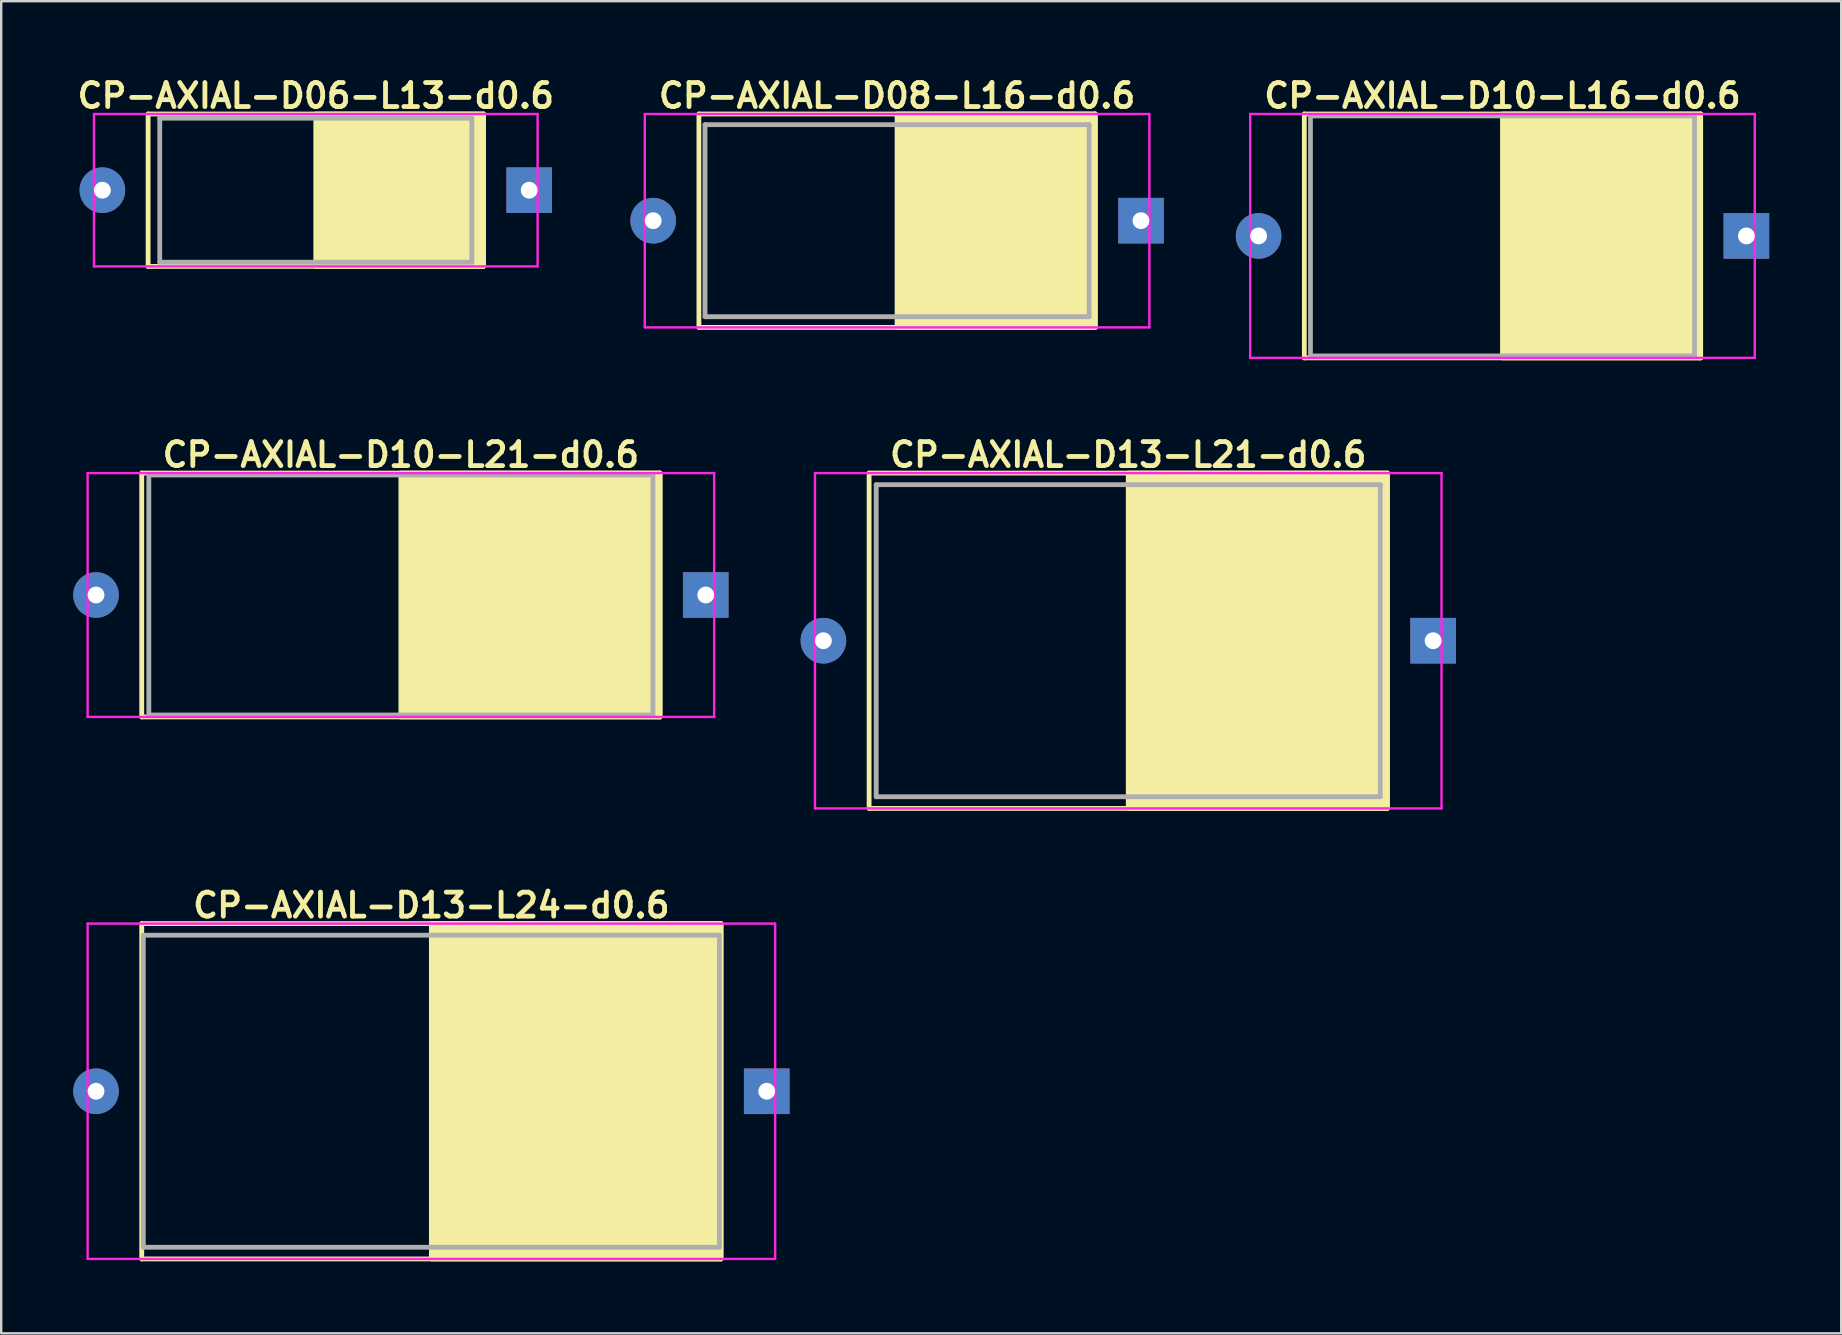
<source format=kicad_pcb>
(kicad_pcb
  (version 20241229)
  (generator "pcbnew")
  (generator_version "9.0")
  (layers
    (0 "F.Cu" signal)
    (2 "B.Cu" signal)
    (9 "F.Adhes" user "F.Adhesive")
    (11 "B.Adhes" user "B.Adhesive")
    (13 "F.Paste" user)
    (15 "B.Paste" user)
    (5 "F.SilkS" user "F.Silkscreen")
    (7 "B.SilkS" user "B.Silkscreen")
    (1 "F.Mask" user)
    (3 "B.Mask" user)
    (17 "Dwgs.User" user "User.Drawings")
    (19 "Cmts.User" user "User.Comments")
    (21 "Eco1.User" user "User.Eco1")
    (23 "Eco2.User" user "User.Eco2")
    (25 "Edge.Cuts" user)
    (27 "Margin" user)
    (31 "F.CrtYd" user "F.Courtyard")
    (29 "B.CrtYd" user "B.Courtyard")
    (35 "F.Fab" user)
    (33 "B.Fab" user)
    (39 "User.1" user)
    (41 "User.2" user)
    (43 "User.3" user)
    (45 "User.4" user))
  (footprint "CP-AXIAL-D08-L16-d0.6"
    (layer "F.Cu")
    (at 34.32 6.143)
    (property "Reference" "CP-AXIAL-D08-L16-d0.6" (at 0 -5.207 0) (layer "F.SilkS") (effects (font (size 1 1) (thickness 0.2))))
    (attr through_hole)
    (fp_line (start -8.255 -4.445) (end -8.255 4.445) (stroke (width 0.2) (type solid)) (layer "F.SilkS"))
    (fp_line (start -8.255 -4.445) (end 8.255 -4.445) (stroke (width 0.2) (type solid)) (layer "F.SilkS"))
    (fp_line (start -8.255 4.445) (end 8.255 4.445) (stroke (width 0.2) (type solid)) (layer "F.SilkS"))
    (fp_line (start 8.255 -4.445) (end 8.255 4.445) (stroke (width 0.2) (type solid)) (layer "F.SilkS"))
    (fp_poly (pts (xy 0 -4.445) (xy 8.255 -4.445) (xy 8.255 4.445) (xy 0 4.445)) (stroke (width 0.2) (type solid)) (fill yes) (layer "F.SilkS"))
    (fp_line (start -10.51 -4.445) (end -10.51 4.445) (stroke (width 0.1) (type solid)) (layer "F.CrtYd"))
    (fp_line (start -10.51 -4.445) (end 10.51 -4.445) (stroke (width 0.1) (type solid)) (layer "F.CrtYd"))
    (fp_line (start -10.51 4.445) (end 10.51 4.445) (stroke (width 0.1) (type solid)) (layer "F.CrtYd"))
    (fp_line (start 10.51 -4.445) (end 10.51 4.445) (stroke (width 0.1) (type solid)) (layer "F.CrtYd"))
    (fp_line (start -8 -4) (end -8 4) (stroke (width 0.2) (type solid)) (layer "F.Fab"))
    (fp_line (start -8 -4) (end 8 -4) (stroke (width 0.2) (type solid)) (layer "F.Fab"))
    (fp_line (start -8 4) (end 8 4) (stroke (width 0.2) (type solid)) (layer "F.Fab"))
    (fp_line (start 8 -4) (end 8 4) (stroke (width 0.2) (type solid)) (layer "F.Fab"))
    (pad "+" thru_hole circle (at -10.16 0) (size 1.9 1.9) (drill 0.7) (layers "*.Cu" "*.Mask"))
    (pad "-" thru_hole rect (at 10.16 0) (size 1.9 1.9) (drill 0.7) (layers "*.Cu" "*.Mask")))
  (footprint "CP-AXIAL-D13-L24-d0.6"
    (layer "F.Cu")
    (at 14.92 42.409)
    (property "Reference" "CP-AXIAL-D13-L24-d0.6" (at 0 -7.747 0) (layer "F.SilkS") (effects (font (size 1 1) (thickness 0.2))))
    (attr through_hole)
    (fp_line (start -12.065 -6.985) (end -12.065 6.985) (stroke (width 0.2) (type solid)) (layer "F.SilkS"))
    (fp_line (start -12.065 -6.985) (end 12.065 -6.985) (stroke (width 0.2) (type solid)) (layer "F.SilkS"))
    (fp_line (start -12.065 6.985) (end 12.065 6.985) (stroke (width 0.2) (type solid)) (layer "F.SilkS"))
    (fp_line (start 12.065 -6.985) (end 12.065 6.985) (stroke (width 0.2) (type solid)) (layer "F.SilkS"))
    (fp_poly (pts (xy 0 -6.985) (xy 12.065 -6.985) (xy 12.065 6.985) (xy 0 6.985)) (stroke (width 0.2) (type solid)) (fill yes) (layer "F.SilkS"))
    (fp_line (start -14.32 -6.985) (end -14.32 6.985) (stroke (width 0.1) (type solid)) (layer "F.CrtYd"))
    (fp_line (start -14.32 -6.985) (end 14.32 -6.985) (stroke (width 0.1) (type solid)) (layer "F.CrtYd"))
    (fp_line (start -14.32 6.985) (end 14.32 6.985) (stroke (width 0.1) (type solid)) (layer "F.CrtYd"))
    (fp_line (start 14.32 -6.985) (end 14.32 6.985) (stroke (width 0.1) (type solid)) (layer "F.CrtYd"))
    (fp_line (start -12 -6.5) (end -12 6.5) (stroke (width 0.2) (type solid)) (layer "F.Fab"))
    (fp_line (start -12 -6.5) (end 12 -6.5) (stroke (width 0.2) (type solid)) (layer "F.Fab"))
    (fp_line (start -12 6.5) (end 12 6.5) (stroke (width 0.2) (type solid)) (layer "F.Fab"))
    (fp_line (start 12 -6.5) (end 12 6.5) (stroke (width 0.2) (type solid)) (layer "F.Fab"))
    (pad "+" thru_hole circle (at -13.97 0) (size 1.9 1.9) (drill 0.7) (layers "*.Cu" "*.Mask"))
    (pad "-" thru_hole rect (at 13.97 0) (size 1.9 1.9) (drill 0.7) (layers "*.Cu" "*.Mask")))
  (footprint "CP-AXIAL-D10-L21-d0.6"
    (layer "F.Cu")
    (at 13.65 21.736)
    (property "Reference" "CP-AXIAL-D10-L21-d0.6" (at 0 -5.842 0) (layer "F.SilkS") (effects (font (size 1 1) (thickness 0.2))))
    (attr through_hole)
    (fp_line (start -10.795 -5.08) (end -10.795 5.08) (stroke (width 0.2) (type solid)) (layer "F.SilkS"))
    (fp_line (start -10.795 -5.08) (end 10.795 -5.08) (stroke (width 0.2) (type solid)) (layer "F.SilkS"))
    (fp_line (start -10.795 5.08) (end 10.795 5.08) (stroke (width 0.2) (type solid)) (layer "F.SilkS"))
    (fp_line (start 10.795 -5.08) (end 10.795 5.08) (stroke (width 0.2) (type solid)) (layer "F.SilkS"))
    (fp_poly (pts (xy 0 -5.08) (xy 10.795 -5.08) (xy 10.795 5.08) (xy 0 5.08)) (stroke (width 0.2) (type solid)) (fill yes) (layer "F.SilkS"))
    (fp_line (start -13.05 -5.08) (end -13.05 5.08) (stroke (width 0.1) (type solid)) (layer "F.CrtYd"))
    (fp_line (start -13.05 -5.08) (end 13.05 -5.08) (stroke (width 0.1) (type solid)) (layer "F.CrtYd"))
    (fp_line (start -13.05 5.08) (end 13.05 5.08) (stroke (width 0.1) (type solid)) (layer "F.CrtYd"))
    (fp_line (start 13.05 -5.08) (end 13.05 5.08) (stroke (width 0.1) (type solid)) (layer "F.CrtYd"))
    (fp_line (start -10.5 -5) (end -10.5 5) (stroke (width 0.2) (type solid)) (layer "F.Fab"))
    (fp_line (start -10.5 -5) (end 10.5 -5) (stroke (width 0.2) (type solid)) (layer "F.Fab"))
    (fp_line (start -10.5 5) (end 10.5 5) (stroke (width 0.2) (type solid)) (layer "F.Fab"))
    (fp_line (start 10.5 -5) (end 10.5 5) (stroke (width 0.2) (type solid)) (layer "F.Fab"))
    (pad "+" thru_hole circle (at -12.7 0) (size 1.9 1.9) (drill 0.7) (layers "*.Cu" "*.Mask"))
    (pad "-" thru_hole rect (at 12.7 0) (size 1.9 1.9) (drill 0.7) (layers "*.Cu" "*.Mask")))
  (footprint "CP-AXIAL-D13-L21-d0.6"
    (layer "F.Cu")
    (at 43.95 23.641)
    (property "Reference" "CP-AXIAL-D13-L21-d0.6" (at 0 -7.747 0) (layer "F.SilkS") (effects (font (size 1 1) (thickness 0.2))))
    (attr through_hole)
    (fp_line (start -10.795 -6.985) (end -10.795 6.985) (stroke (width 0.2) (type solid)) (layer "F.SilkS"))
    (fp_line (start -10.795 -6.985) (end 10.795 -6.985) (stroke (width 0.2) (type solid)) (layer "F.SilkS"))
    (fp_line (start -10.795 6.985) (end 10.795 6.985) (stroke (width 0.2) (type solid)) (layer "F.SilkS"))
    (fp_line (start 10.795 -6.985) (end 10.795 6.985) (stroke (width 0.2) (type solid)) (layer "F.SilkS"))
    (fp_poly (pts (xy 0 -6.985) (xy 10.795 -6.985) (xy 10.795 6.985) (xy 0 6.985)) (stroke (width 0.2) (type solid)) (fill yes) (layer "F.SilkS"))
    (fp_line (start -13.05 -6.985) (end -13.05 6.985) (stroke (width 0.1) (type solid)) (layer "F.CrtYd"))
    (fp_line (start -13.05 -6.985) (end 13.05 -6.985) (stroke (width 0.1) (type solid)) (layer "F.CrtYd"))
    (fp_line (start -13.05 6.985) (end 13.05 6.985) (stroke (width 0.1) (type solid)) (layer "F.CrtYd"))
    (fp_line (start 13.05 -6.985) (end 13.05 6.985) (stroke (width 0.1) (type solid)) (layer "F.CrtYd"))
    (fp_line (start -10.5 -6.5) (end -10.5 6.5) (stroke (width 0.2) (type solid)) (layer "F.Fab"))
    (fp_line (start -10.5 -6.5) (end 10.5 -6.5) (stroke (width 0.2) (type solid)) (layer "F.Fab"))
    (fp_line (start -10.5 6.5) (end 10.5 6.5) (stroke (width 0.2) (type solid)) (layer "F.Fab"))
    (fp_line (start 10.5 -6.5) (end 10.5 6.5) (stroke (width 0.2) (type solid)) (layer "F.Fab"))
    (pad "+" thru_hole circle (at -12.7 0) (size 1.9 1.9) (drill 0.7) (layers "*.Cu" "*.Mask"))
    (pad "-" thru_hole rect (at 12.7 0) (size 1.9 1.9) (drill 0.7) (layers "*.Cu" "*.Mask")))
  (footprint "CP-AXIAL-D06-L13-d0.6"
    (layer "F.Cu")
    (at 10.105 4.873)
    (property "Reference" "CP-AXIAL-D06-L13-d0.6" (at 0 -3.937 0) (layer "F.SilkS") (effects (font (size 1 1) (thickness 0.2))))
    (attr through_hole)
    (fp_line (start -6.985 -3.175) (end -6.985 3.175) (stroke (width 0.2) (type solid)) (layer "F.SilkS"))
    (fp_line (start -6.985 -3.175) (end 6.985 -3.175) (stroke (width 0.2) (type solid)) (layer "F.SilkS"))
    (fp_line (start -6.985 3.175) (end 6.985 3.175) (stroke (width 0.2) (type solid)) (layer "F.SilkS"))
    (fp_line (start 6.985 -3.175) (end 6.985 3.175) (stroke (width 0.2) (type solid)) (layer "F.SilkS"))
    (fp_poly (pts (xy 0 -3.175) (xy 6.985 -3.175) (xy 6.985 3.175) (xy 0 3.175)) (stroke (width 0.2) (type solid)) (fill yes) (layer "F.SilkS"))
    (fp_line (start -9.24 -3.175) (end -9.24 3.175) (stroke (width 0.1) (type solid)) (layer "F.CrtYd"))
    (fp_line (start -9.24 -3.175) (end 9.24 -3.175) (stroke (width 0.1) (type solid)) (layer "F.CrtYd"))
    (fp_line (start -9.24 3.175) (end 9.24 3.175) (stroke (width 0.1) (type solid)) (layer "F.CrtYd"))
    (fp_line (start 9.24 -3.175) (end 9.24 3.175) (stroke (width 0.1) (type solid)) (layer "F.CrtYd"))
    (fp_line (start -6.5 -3) (end -6.5 3) (stroke (width 0.2) (type solid)) (layer "F.Fab"))
    (fp_line (start -6.5 -3) (end 6.5 -3) (stroke (width 0.2) (type solid)) (layer "F.Fab"))
    (fp_line (start -6.5 3) (end 6.5 3) (stroke (width 0.2) (type solid)) (layer "F.Fab"))
    (fp_line (start 6.5 -3) (end 6.5 3) (stroke (width 0.2) (type solid)) (layer "F.Fab"))
    (pad "+" thru_hole circle (at -8.89 0) (size 1.9 1.9) (drill 0.7) (layers "*.Cu" "*.Mask"))
    (pad "-" thru_hole rect (at 8.89 0) (size 1.9 1.9) (drill 0.7) (layers "*.Cu" "*.Mask")))
  (footprint "CP-AXIAL-D10-L16-d0.6"
    (layer "F.Cu")
    (at 59.54 6.778)
    (property "Reference" "CP-AXIAL-D10-L16-d0.6" (at 0 -5.842 0) (layer "F.SilkS") (effects (font (size 1 1) (thickness 0.2))))
    (attr through_hole)
    (fp_line (start -8.255 -5.08) (end -8.255 5.08) (stroke (width 0.2) (type solid)) (layer "F.SilkS"))
    (fp_line (start -8.255 -5.08) (end 8.255 -5.08) (stroke (width 0.2) (type solid)) (layer "F.SilkS"))
    (fp_line (start -8.255 5.08) (end 8.255 5.08) (stroke (width 0.2) (type solid)) (layer "F.SilkS"))
    (fp_line (start 8.255 -5.08) (end 8.255 5.08) (stroke (width 0.2) (type solid)) (layer "F.SilkS"))
    (fp_poly (pts (xy 0 -5.08) (xy 8.255 -5.08) (xy 8.255 5.08) (xy 0 5.08)) (stroke (width 0.2) (type solid)) (fill yes) (layer "F.SilkS"))
    (fp_line (start -10.51 -5.08) (end -10.51 5.08) (stroke (width 0.1) (type solid)) (layer "F.CrtYd"))
    (fp_line (start -10.51 -5.08) (end 10.51 -5.08) (stroke (width 0.1) (type solid)) (layer "F.CrtYd"))
    (fp_line (start -10.51 5.08) (end 10.51 5.08) (stroke (width 0.1) (type solid)) (layer "F.CrtYd"))
    (fp_line (start 10.51 -5.08) (end 10.51 5.08) (stroke (width 0.1) (type solid)) (layer "F.CrtYd"))
    (fp_line (start -8 -5) (end -8 5) (stroke (width 0.2) (type solid)) (layer "F.Fab"))
    (fp_line (start -8 -5) (end 8 -5) (stroke (width 0.2) (type solid)) (layer "F.Fab"))
    (fp_line (start -8 5) (end 8 5) (stroke (width 0.2) (type solid)) (layer "F.Fab"))
    (fp_line (start 8 -5) (end 8 5) (stroke (width 0.2) (type solid)) (layer "F.Fab"))
    (pad "+" thru_hole circle (at -10.16 0) (size 1.9 1.9) (drill 0.7) (layers "*.Cu" "*.Mask"))
    (pad "-" thru_hole rect (at 10.16 0) (size 1.9 1.9) (drill 0.7) (layers "*.Cu" "*.Mask")))
  (gr_rect
    (start -3 -3)
    (end 73.65 52.494)
    (stroke (width 0.1) (type default))
    (fill no)
    (layer "Edge.Cuts")))
</source>
